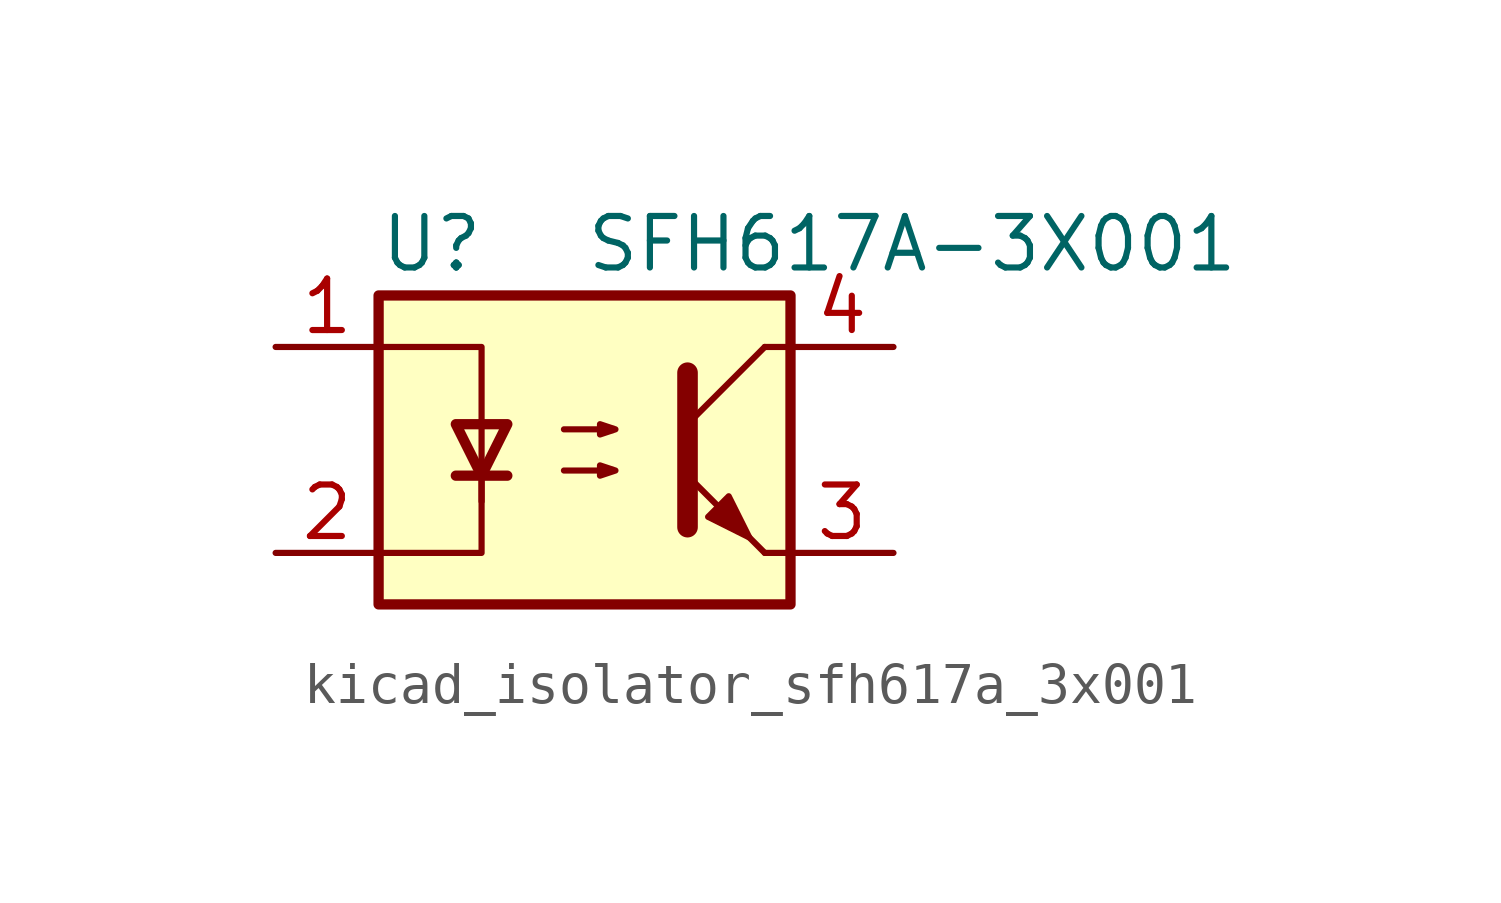
<source format=kicad_sym>
(kicad_symbol_lib
  (version 20220914)
  (generator kicad_symbol_editor)
  (symbol "kicad_isolator_sfh617a_3x001"
    (pin_names
      (offset 1.016))
    (property "Reference" "U"
      (at -5.08 5.08 0)
      (effects (font (size 1.27 1.27)) (justify left)))
    (property "Value" "SFH617A-3X001"
      (at 0 5.08 0)
      (effects (font (size 1.27 1.27)) (justify left)))
    (symbol "kicad_isolator_sfh617a_3x001_0_1"
      (rectangle (start -5.08 3.81) (end 5.08 -3.81) (stroke (width 0.254) (type default)) (fill (type background)))
      (polyline (pts (xy -3.175 -0.635) (xy -1.905 -0.635)) (stroke (width 0.254) (type default)) (fill (type none)))
      (polyline (pts (xy 2.54 0.635) (xy 4.445 2.54)) (stroke (width 0) (type default)) (fill (type none)))
      (polyline (pts (xy 4.445 -2.54) (xy 2.54 -0.635)) (stroke (width 0) (type default)) (fill (type outline)))
      (polyline (pts (xy 4.445 -2.54) (xy 5.08 -2.54)) (stroke (width 0) (type default)) (fill (type none)))
      (polyline (pts (xy 4.445 2.54) (xy 5.08 2.54)) (stroke (width 0) (type default)) (fill (type none)))
      (polyline (pts (xy -2.54 -0.635) (xy -2.54 -2.54) (xy -5.08 -2.54)) (stroke (width 0) (type default)) (fill (type none)))
      (polyline (pts (xy 2.54 1.905) (xy 2.54 -1.905) (xy 2.54 -1.905)) (stroke (width 0.508) (type default)) (fill (type none)))
      (polyline (pts (xy -5.08 2.54) (xy -2.54 2.54) (xy -2.54 -1.27) (xy -2.54 0.635)) (stroke (width 0) (type default)) (fill (type none)))
      (polyline (pts (xy -2.54 -0.635) (xy -3.175 0.635) (xy -1.905 0.635) (xy -2.54 -0.635)) (stroke (width 0.254) (type default)) (fill (type none)))
      (polyline (pts (xy -0.508 -0.508) (xy 0.762 -0.508) (xy 0.381 -0.635) (xy 0.381 -0.381) (xy 0.762 -0.508)) (stroke (width 0) (type default)) (fill (type none)))
      (polyline (pts (xy -0.508 0.508) (xy 0.762 0.508) (xy 0.381 0.381) (xy 0.381 0.635) (xy 0.762 0.508)) (stroke (width 0) (type default)) (fill (type none)))
      (polyline (pts (xy 3.048 -1.651) (xy 3.556 -1.143) (xy 4.064 -2.159) (xy 3.048 -1.651) (xy 3.048 -1.651)) (stroke (width 0) (type default)) (fill (type outline))))
    (symbol "kicad_isolator_sfh617a_3x001_1_1"
      (pin passive line (at -7.62 2.54 0) (length 2.54) (name "~" (effects (font (size 1.27 1.27)))) (number "1" (effects (font (size 1.27 1.27)))))
      (pin passive line (at -7.62 -2.54 0) (length 2.54) (name "~" (effects (font (size 1.27 1.27)))) (number "2" (effects (font (size 1.27 1.27)))))
      (pin passive line (at 7.62 -2.54 180) (length 2.54) (name "~" (effects (font (size 1.27 1.27)))) (number "3" (effects (font (size 1.27 1.27)))))
      (pin passive line (at 7.62 2.54 180) (length 2.54) (name "~" (effects (font (size 1.27 1.27)))) (number "4" (effects (font (size 1.27 1.27))))))))
</source>
